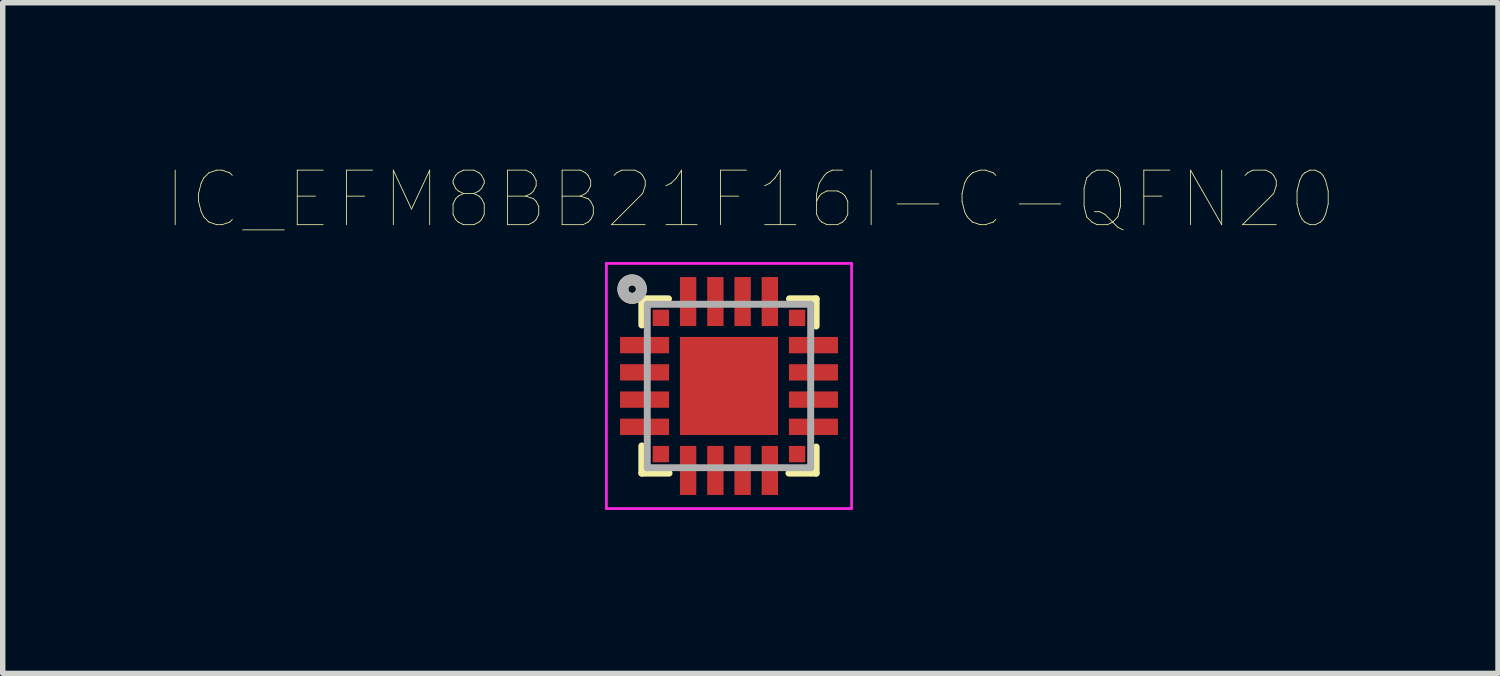
<source format=kicad_pcb>
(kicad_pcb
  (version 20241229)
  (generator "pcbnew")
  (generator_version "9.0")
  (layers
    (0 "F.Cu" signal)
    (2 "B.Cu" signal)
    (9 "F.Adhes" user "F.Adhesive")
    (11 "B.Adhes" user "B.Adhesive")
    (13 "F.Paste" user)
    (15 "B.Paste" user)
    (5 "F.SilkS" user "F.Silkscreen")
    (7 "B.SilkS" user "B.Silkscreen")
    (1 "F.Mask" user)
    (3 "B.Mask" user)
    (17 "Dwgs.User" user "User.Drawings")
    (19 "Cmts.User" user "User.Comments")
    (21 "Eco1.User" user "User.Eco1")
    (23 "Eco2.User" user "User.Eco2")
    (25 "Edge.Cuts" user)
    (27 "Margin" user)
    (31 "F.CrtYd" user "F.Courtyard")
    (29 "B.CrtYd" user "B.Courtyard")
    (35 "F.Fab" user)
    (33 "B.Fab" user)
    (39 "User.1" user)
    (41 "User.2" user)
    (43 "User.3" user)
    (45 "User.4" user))
  (footprint "IC_EFM8BB21F16I-C-QFN20"
    (layer "F.Cu")
    (at 10.331 4.035)
    (property "Reference" "IC_EFM8BB21F16I-C-QFN20" (at 0.393 -3.423 0) (layer "F.SilkS") (effects (font (size 1.001 1.001) (thickness 0.015))))
    (attr through_hole)
    (fp_line (start -1.6 -1.6) (end -1.6 -1.12) (stroke (width 0.127) (type solid)) (layer "F.SilkS"))
    (fp_line (start -1.6 -1.6) (end -1.11 -1.6) (stroke (width 0.127) (type solid)) (layer "F.SilkS"))
    (fp_line (start -1.6 1.6) (end -1.6 1.1) (stroke (width 0.127) (type solid)) (layer "F.SilkS"))
    (fp_line (start -1.6 1.6) (end -1.1 1.6) (stroke (width 0.127) (type solid)) (layer "F.SilkS"))
    (fp_line (start 1.1 1.6) (end 1.6 1.6) (stroke (width 0.127) (type solid)) (layer "F.SilkS"))
    (fp_line (start 1.11 -1.6) (end 1.6 -1.6) (stroke (width 0.127) (type solid)) (layer "F.SilkS"))
    (fp_line (start 1.6 -1.6) (end 1.6 -1.1) (stroke (width 0.127) (type solid)) (layer "F.SilkS"))
    (fp_line (start 1.6 1.6) (end 1.6 1.12) (stroke (width 0.127) (type solid)) (layer "F.SilkS"))
    (fp_circle (center -1.778 -1.778) (end -1.708 -1.778) (stroke (width 0.2) (type solid)) (fill no) (layer "F.SilkS"))
    (fp_poly (pts (xy -0.851 -0.85) (xy -0.1 -0.85) (xy -0.1 -0.1) (xy -0.851 -0.1)) (stroke (width 0.01) (type solid)) (fill yes) (layer "F.Paste"))
    (fp_poly (pts (xy -0.851 0.1) (xy -0.1 0.1) (xy -0.1 0.851) (xy -0.851 0.851)) (stroke (width 0.01) (type solid)) (fill yes) (layer "F.Paste"))
    (fp_poly (pts (xy 0.1 0.1) (xy 0.85 0.1) (xy 0.85 0.851) (xy 0.1 0.851)) (stroke (width 0.01) (type solid)) (fill yes) (layer "F.Paste"))
    (fp_poly (pts (xy 0.1 -0.85) (xy 0.85 -0.85) (xy 0.85 -0.1) (xy 0.1 -0.1)) (stroke (width 0.01) (type solid)) (fill yes) (layer "F.Paste"))
    (fp_line (start -2.25 -2.25) (end 2.25 -2.25) (stroke (width 0.05) (type solid)) (layer "F.CrtYd"))
    (fp_line (start -2.25 2.25) (end -2.25 -2.25) (stroke (width 0.05) (type solid)) (layer "F.CrtYd"))
    (fp_line (start 2.25 -2.25) (end 2.25 2.25) (stroke (width 0.05) (type solid)) (layer "F.CrtYd"))
    (fp_line (start 2.25 2.25) (end -2.25 2.25) (stroke (width 0.05) (type solid)) (layer "F.CrtYd"))
    (fp_line (start -1.5 -1.5) (end 1.5 -1.5) (stroke (width 0.127) (type solid)) (layer "F.Fab"))
    (fp_line (start -1.5 1.5) (end -1.5 -1.5) (stroke (width 0.127) (type solid)) (layer "F.Fab"))
    (fp_line (start 1.5 -1.5) (end 1.5 1.5) (stroke (width 0.127) (type solid)) (layer "F.Fab"))
    (fp_line (start 1.5 1.5) (end -1.5 1.5) (stroke (width 0.127) (type solid)) (layer "F.Fab"))
    (fp_circle (center -1.778 -1.778) (end -1.708 -1.778) (stroke (width 0.2) (type solid)) (fill no) (layer "F.Fab"))
    (pad "1" smd rect (at -1.25 -1.25) (size 0.3 0.3) (layers "F.Cu" "F.Mask" "F.Paste"))
    (pad "2" smd rect (at -1.55 -0.75) (size 0.9 0.3) (layers "F.Cu" "F.Mask" "F.Paste"))
    (pad "3" smd rect (at -1.55 -0.25) (size 0.9 0.3) (layers "F.Cu" "F.Mask" "F.Paste"))
    (pad "4" smd rect (at -1.55 0.25) (size 0.9 0.3) (layers "F.Cu" "F.Mask" "F.Paste"))
    (pad "5" smd rect (at -1.55 0.75) (size 0.9 0.3) (layers "F.Cu" "F.Mask" "F.Paste"))
    (pad "6" smd rect (at -1.25 1.25) (size 0.3 0.3) (layers "F.Cu" "F.Mask" "F.Paste"))
    (pad "7" smd rect (at -0.75 1.55) (size 0.3 0.9) (layers "F.Cu" "F.Mask" "F.Paste"))
    (pad "8" smd rect (at -0.25 1.55) (size 0.3 0.9) (layers "F.Cu" "F.Mask" "F.Paste"))
    (pad "9" smd rect (at 0.25 1.55) (size 0.3 0.9) (layers "F.Cu" "F.Mask" "F.Paste"))
    (pad "10" smd rect (at 0.75 1.55) (size 0.3 0.9) (layers "F.Cu" "F.Mask" "F.Paste"))
    (pad "11" smd rect (at 1.25 1.25) (size 0.3 0.3) (layers "F.Cu" "F.Mask" "F.Paste"))
    (pad "12" smd rect (at 1.55 0.75) (size 0.9 0.3) (layers "F.Cu" "F.Mask" "F.Paste"))
    (pad "13" smd rect (at 1.55 0.25) (size 0.9 0.3) (layers "F.Cu" "F.Mask" "F.Paste"))
    (pad "14" smd rect (at 1.55 -0.25) (size 0.9 0.3) (layers "F.Cu" "F.Mask" "F.Paste"))
    (pad "15" smd rect (at 1.55 -0.75) (size 0.9 0.3) (layers "F.Cu" "F.Mask" "F.Paste"))
    (pad "16" smd rect (at 1.25 -1.25) (size 0.3 0.3) (layers "F.Cu" "F.Mask" "F.Paste"))
    (pad "17" smd rect (at 0.75 -1.55) (size 0.3 0.9) (layers "F.Cu" "F.Mask" "F.Paste"))
    (pad "18" smd rect (at 0.25 -1.55) (size 0.3 0.9) (layers "F.Cu" "F.Mask" "F.Paste"))
    (pad "19" smd rect (at -0.25 -1.55) (size 0.3 0.9) (layers "F.Cu" "F.Mask" "F.Paste"))
    (pad "20" smd rect (at -0.75 -1.55) (size 0.3 0.9) (layers "F.Cu" "F.Mask" "F.Paste"))
    (pad "21" smd rect (at 0 0) (size 1.8 1.8) (layers "F.Cu" "F.Mask")))
  (gr_rect
    (start -3 -3)
    (end 24.447 9.31)
    (stroke (width 0.1) (type default))
    (fill no)
    (layer "Edge.Cuts")))
</source>
